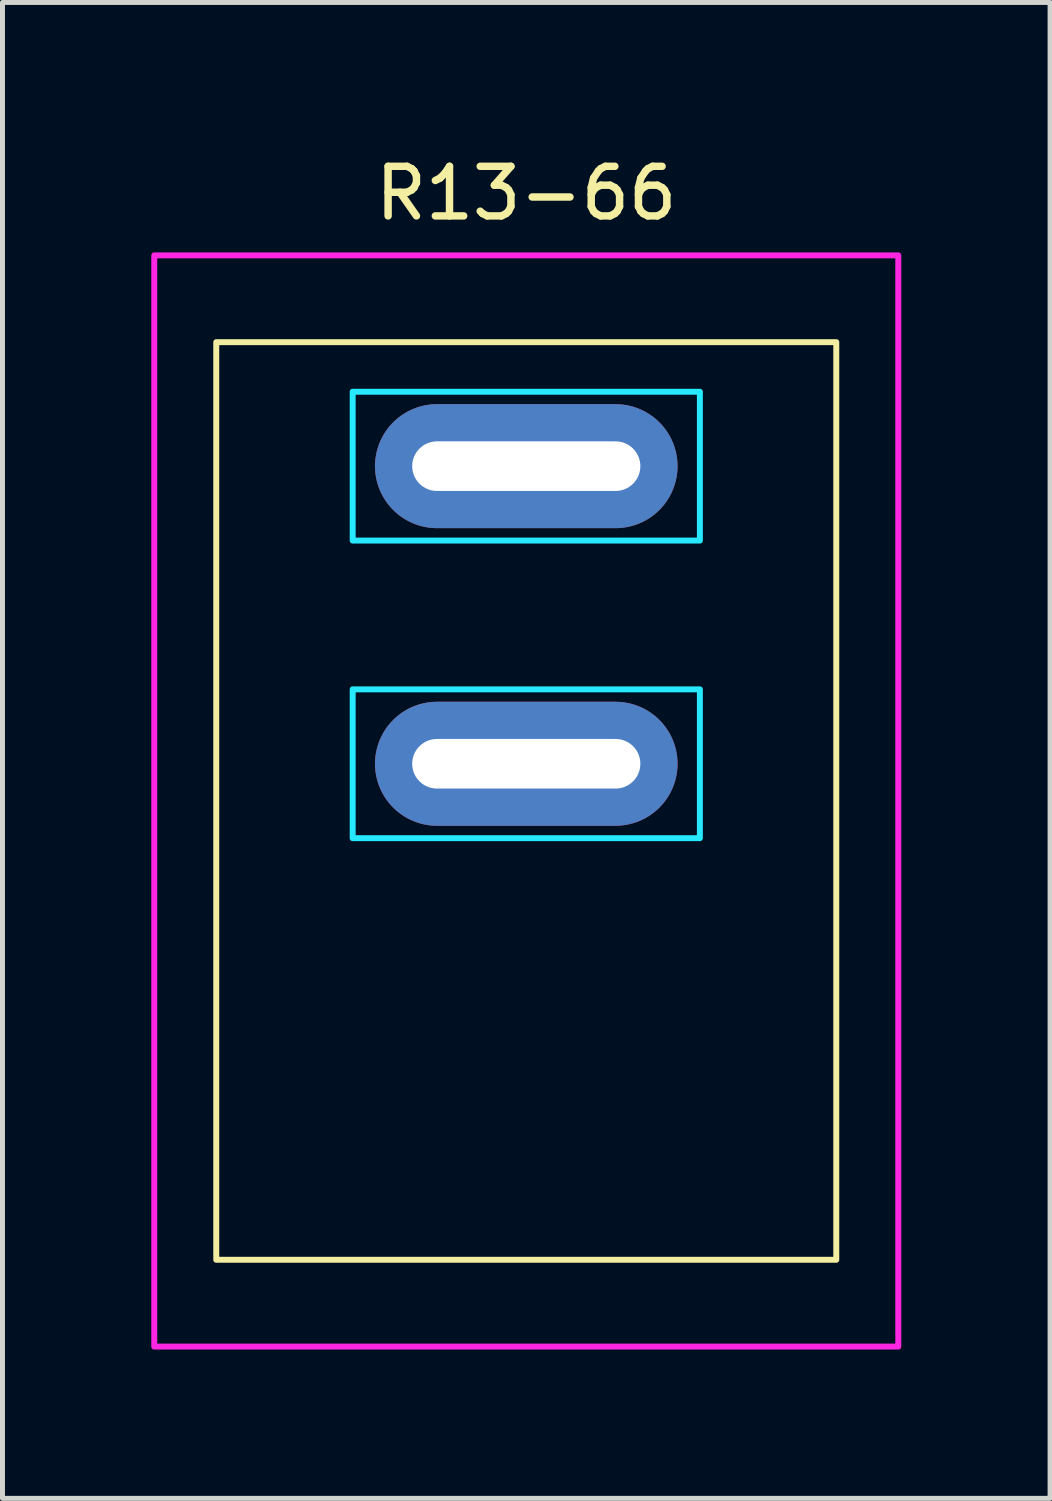
<source format=kicad_pcb>
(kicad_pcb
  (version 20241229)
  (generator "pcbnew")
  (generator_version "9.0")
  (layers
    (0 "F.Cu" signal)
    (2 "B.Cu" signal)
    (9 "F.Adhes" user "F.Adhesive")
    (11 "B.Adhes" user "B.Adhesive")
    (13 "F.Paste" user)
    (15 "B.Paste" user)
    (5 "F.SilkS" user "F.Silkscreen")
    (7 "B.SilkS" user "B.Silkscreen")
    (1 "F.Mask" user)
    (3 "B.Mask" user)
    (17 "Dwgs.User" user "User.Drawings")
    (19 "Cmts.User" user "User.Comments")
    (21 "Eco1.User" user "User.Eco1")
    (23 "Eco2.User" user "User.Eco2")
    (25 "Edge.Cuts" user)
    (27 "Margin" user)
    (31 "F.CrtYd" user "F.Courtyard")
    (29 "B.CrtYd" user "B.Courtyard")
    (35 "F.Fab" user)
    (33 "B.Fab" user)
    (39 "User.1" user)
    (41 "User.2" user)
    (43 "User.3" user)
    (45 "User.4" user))
  (footprint "R13-66"
    (layer "F.Cu")
    (at 7.56 0.348)
    (property "Reference" "R13-66" (at 0 0.5 0) (unlocked yes) (layer "F.SilkS") (effects (font (size 1 1) (thickness 0.15))))
    (attr through_hole)
    (fp_rect (start -6.25 3.5) (end 6.25 22) (stroke (width 0.12) (type default)) (fill no) (layer "F.SilkS"))
    (fp_rect (start -3.5 4.5) (end 3.5 7.5) (stroke (width 0.12) (type default)) (fill no) (layer "B.CrtYd"))
    (fp_rect (start -3.5 10.5) (end 3.5 13.5) (stroke (width 0.12) (type default)) (fill no) (layer "B.CrtYd"))
    (fp_rect (start -7.5 1.75) (end 7.5 23.75) (stroke (width 0.12) (type default)) (fill no) (layer "F.CrtYd"))
    (pad "1" thru_hole oval (at 0 6 270) (size 2.5 6.1) (drill oval 1 4.6) (layers "*.Cu" "*.Mask"))
    (pad "2" thru_hole oval (at 0 12 270) (size 2.5 6.1) (drill oval 1 4.6) (layers "*.Cu" "*.Mask")))
  (gr_rect
    (start -3 -3)
    (end 18.12 27.158)
    (stroke (width 0.1) (type default))
    (fill no)
    (layer "Edge.Cuts")))
</source>
